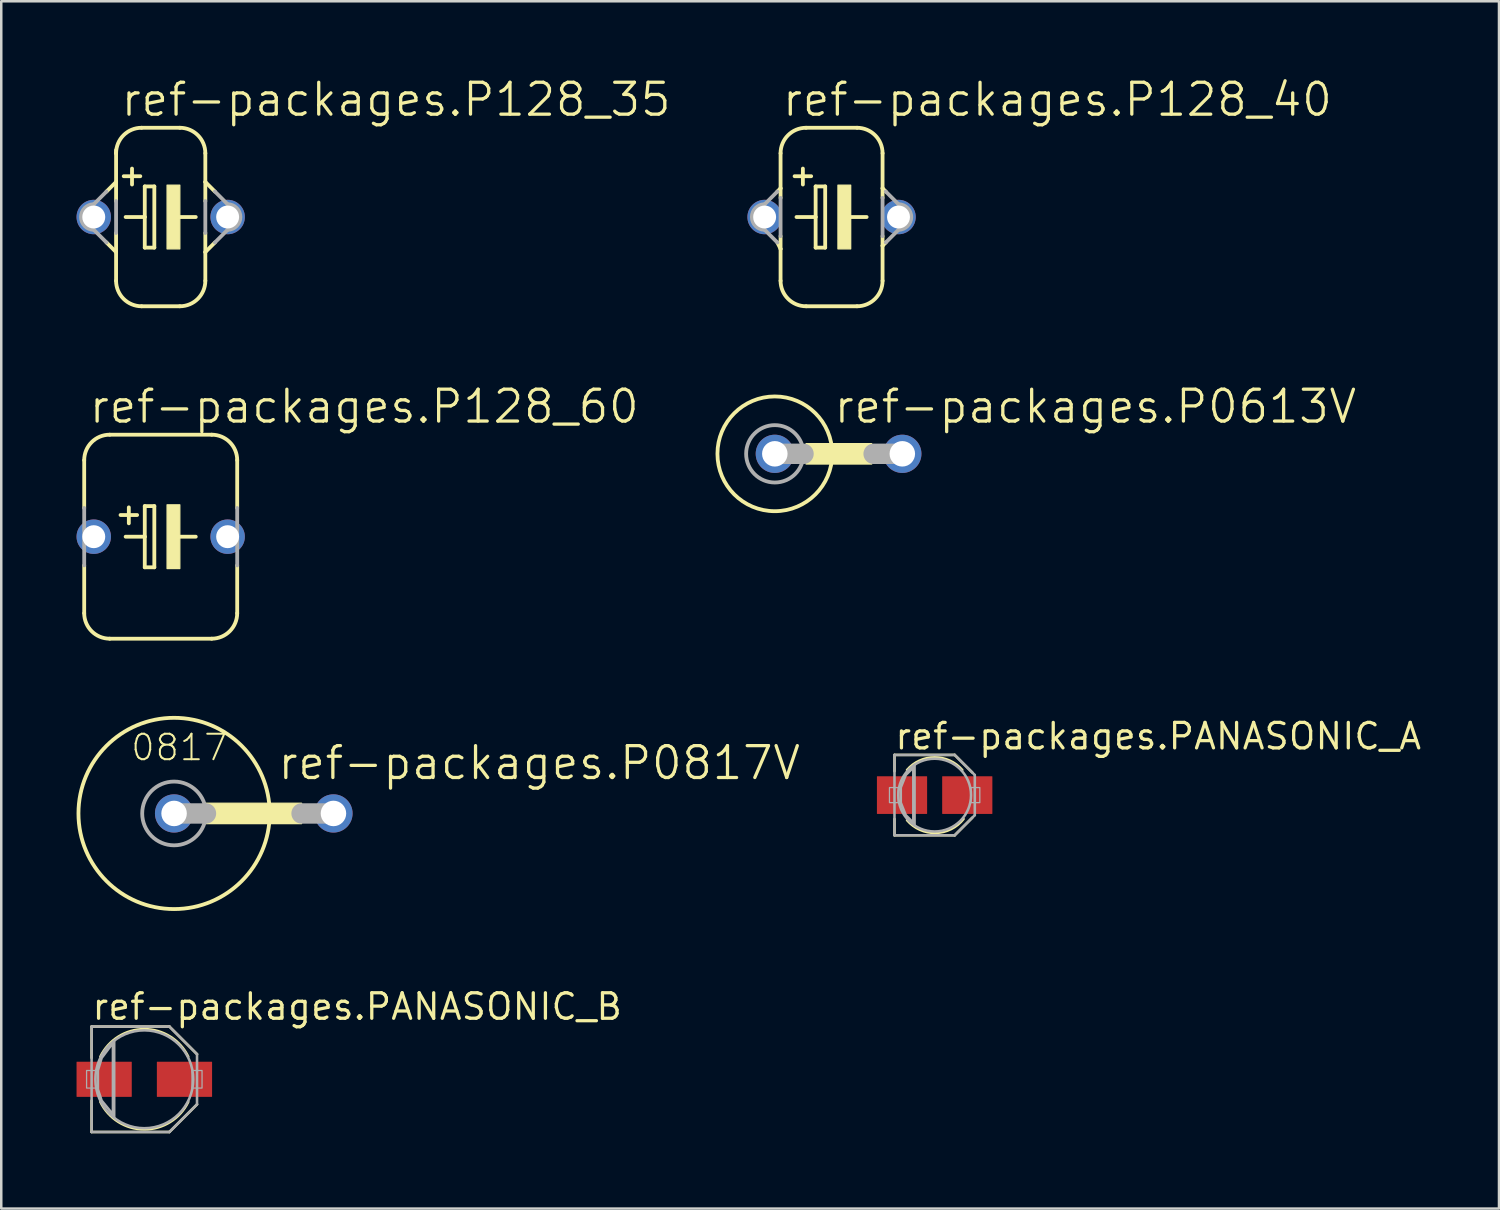
<source format=kicad_pcb>
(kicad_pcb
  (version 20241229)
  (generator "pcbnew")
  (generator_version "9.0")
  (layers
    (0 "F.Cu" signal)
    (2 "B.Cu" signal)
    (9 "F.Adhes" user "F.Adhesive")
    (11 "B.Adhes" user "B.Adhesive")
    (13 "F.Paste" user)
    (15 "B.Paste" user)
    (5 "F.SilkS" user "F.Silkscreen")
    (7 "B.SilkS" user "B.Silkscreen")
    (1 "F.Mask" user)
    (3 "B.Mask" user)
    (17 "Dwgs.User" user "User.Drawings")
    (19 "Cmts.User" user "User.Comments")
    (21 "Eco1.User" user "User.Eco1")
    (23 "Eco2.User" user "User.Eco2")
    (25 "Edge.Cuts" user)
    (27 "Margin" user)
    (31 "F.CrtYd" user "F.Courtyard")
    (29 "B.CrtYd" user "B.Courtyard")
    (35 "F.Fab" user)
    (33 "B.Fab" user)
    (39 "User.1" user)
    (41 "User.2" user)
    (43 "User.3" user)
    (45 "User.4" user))
  (footprint "ref-packages.PANASONIC_B"
    (layer "F.Cu")
    (at 2.7 39.953)
    (property "Reference" "ref-packages.PANASONIC_B" (at -2.15 -2.3 0) (layer "F.SilkS") (effects (font (size 1.016 1.016) (thickness 0.13)) (justify left bottom)))
    (attr smd)
    (fp_line (start -2.1 -2.1) (end 1 -2.1) (stroke (width 0.102) (type default)) (layer "F.SilkS"))
    (fp_line (start -2.1 -0.85) (end -2.1 -2.1) (stroke (width 0.102) (type default)) (layer "F.SilkS"))
    (fp_line (start -2.1 2.1) (end -2.1 0.85) (stroke (width 0.102) (type default)) (layer "F.SilkS"))
    (fp_line (start 1 -2.1) (end 2.1 -1) (stroke (width 0.102) (type default)) (layer "F.SilkS"))
    (fp_line (start 1 2.1) (end -2.1 2.1) (stroke (width 0.102) (type default)) (layer "F.SilkS"))
    (fp_line (start 2.1 1) (end 1 2.1) (stroke (width 0.102) (type default)) (layer "F.SilkS"))
    (fp_arc (start -1.75 -0.9008) (mid 0 -1.997773) (end 1.75 -0.9008) (stroke (width 0.1016) (type default)) (layer "F.SilkS"))
    (fp_arc (start 1.75 0.9008) (mid 0 1.997773) (end -1.75 0.9008) (stroke (width 0.1016) (type default)) (layer "F.SilkS"))
    (fp_line (start -2.1 -2.1) (end 1 -2.1) (stroke (width 0.102) (type default)) (layer "F.Fab"))
    (fp_line (start -2.1 2.1) (end -2.1 -2.1) (stroke (width 0.102) (type default)) (layer "F.Fab"))
    (fp_line (start -1.2 -1.5) (end -1.2 1.5) (stroke (width 0.102) (type default)) (layer "F.Fab"))
    (fp_line (start 1 -2.1) (end 2.1 -1) (stroke (width 0.102) (type default)) (layer "F.Fab"))
    (fp_line (start 1 2.1) (end -2.1 2.1) (stroke (width 0.102) (type default)) (layer "F.Fab"))
    (fp_line (start 2.1 -1) (end 2.1 1) (stroke (width 0.102) (type default)) (layer "F.Fab"))
    (fp_line (start 2.1 1) (end 1 2.1) (stroke (width 0.102) (type default)) (layer "F.Fab"))
    (fp_rect (start -2.3 0.35) (end -1.85 -0.35) (stroke (width 0.05) (type default)) (fill no) (layer "F.Fab"))
    (fp_rect (start 1.9 0.35) (end 2.3 -0.35) (stroke (width 0.05) (type default)) (fill no) (layer "F.Fab"))
    (fp_circle (center 0 0) (end 1.95 0) (stroke (width 0.102) (type default)) (fill no) (layer "F.Fab"))
    (fp_poly (pts (xy -1.25 -1.45) (xy -1.7 -0.85) (xy -1.85 -0.35) (xy -1.85 0.4) (xy -1.7 0.85) (xy -1.25 1.4) (xy -1.25 -1.4)) (stroke (width 0.102) (type default)) (fill no) (layer "F.Fab"))
    (pad "+" smd roundrect (at 1.6 0) (size 2.2 1.4) (layers "F.Cu" "F.Mask" "F.Paste") (roundrect_rratio 0.01))
    (pad "-" smd roundrect (at -1.6 0) (size 2.2 1.4) (layers "F.Cu" "F.Mask" "F.Paste") (roundrect_rratio 0.01)))
  (footprint "ref-packages.P128_40"
    (layer "F.Cu")
    (at 30.083 5.597)
    (property "Reference" "ref-packages.P128_40" (at -2.032 -3.937 0) (layer "F.SilkS") (effects (font (size 1.27 1.27) (thickness 0.13)) (justify left bottom)))
    (attr through_hole)
    (fp_line (start -2.159 -1.016) (end -2.032 -1.143) (stroke (width 0.152) (type default)) (layer "F.SilkS"))
    (fp_line (start -2.032 -2.54) (end -2.032 -1.143) (stroke (width 0.152) (type default)) (layer "F.SilkS"))
    (fp_line (start -2.032 -1.143) (end -2.032 -0.762) (stroke (width 0.152) (type default)) (layer "F.SilkS"))
    (fp_line (start -2.032 0.762) (end -2.032 1.27) (stroke (width 0.152) (type default)) (layer "F.SilkS"))
    (fp_line (start -2.032 1.27) (end -2.159 1.016) (stroke (width 0.152) (type default)) (layer "F.SilkS"))
    (fp_line (start -2.032 1.27) (end -2.032 2.54) (stroke (width 0.152) (type default)) (layer "F.SilkS"))
    (fp_line (start -1.397 0) (end -0.635 0) (stroke (width 0.152) (type default)) (layer "F.SilkS"))
    (fp_line (start -1.143 -1.93) (end -1.143 -1.295) (stroke (width 0.152) (type default)) (layer "F.SilkS"))
    (fp_line (start -1.016 3.556) (end 1.016 3.556) (stroke (width 0.152) (type default)) (layer "F.SilkS"))
    (fp_line (start -0.813 -1.626) (end -1.473 -1.626) (stroke (width 0.152) (type default)) (layer "F.SilkS"))
    (fp_line (start -0.635 -1.219) (end -0.635 0) (stroke (width 0.152) (type default)) (layer "F.SilkS"))
    (fp_line (start -0.635 0) (end -0.635 1.219) (stroke (width 0.152) (type default)) (layer "F.SilkS"))
    (fp_line (start -0.635 1.219) (end -0.254 1.219) (stroke (width 0.152) (type default)) (layer "F.SilkS"))
    (fp_line (start -0.254 -1.219) (end -0.635 -1.219) (stroke (width 0.152) (type default)) (layer "F.SilkS"))
    (fp_line (start -0.254 1.219) (end -0.254 -1.219) (stroke (width 0.152) (type default)) (layer "F.SilkS"))
    (fp_line (start 0.635 0) (end 1.397 0) (stroke (width 0.152) (type default)) (layer "F.SilkS"))
    (fp_line (start 1.016 -3.556) (end -1.016 -3.556) (stroke (width 0.152) (type default)) (layer "F.SilkS"))
    (fp_line (start 2.032 -2.54) (end 2.032 -1.143) (stroke (width 0.152) (type default)) (layer "F.SilkS"))
    (fp_line (start 2.032 -1.143) (end 2.032 -0.762) (stroke (width 0.152) (type default)) (layer "F.SilkS"))
    (fp_line (start 2.032 0.762) (end 2.032 1.143) (stroke (width 0.152) (type default)) (layer "F.SilkS"))
    (fp_line (start 2.032 1.143) (end 2.032 2.54) (stroke (width 0.152) (type default)) (layer "F.SilkS"))
    (fp_line (start 2.032 1.143) (end 2.159 1.016) (stroke (width 0.152) (type default)) (layer "F.SilkS"))
    (fp_line (start 2.159 -1.016) (end 2.032 -1.143) (stroke (width 0.152) (type default)) (layer "F.SilkS"))
    (fp_rect (start 0.254 1.27) (end 0.762 -1.27) (stroke (width 0.05) (type default)) (fill yes) (layer "F.SilkS"))
    (fp_arc (start -2.032 -2.54) (mid -1.73442 -3.25842) (end -1.016 -3.556) (stroke (width 0.1524) (type default)) (layer "F.SilkS"))
    (fp_arc (start -1.016 3.556) (mid -1.73442 3.25842) (end -2.032 2.54) (stroke (width 0.1524) (type default)) (layer "F.SilkS"))
    (fp_arc (start 1.016 -3.556) (mid 1.73442 -3.25842) (end 2.032 -2.54) (stroke (width 0.1524) (type default)) (layer "F.SilkS"))
    (fp_arc (start 2.032 2.54) (mid 1.73442 3.25842) (end 1.016 3.556) (stroke (width 0.1524) (type default)) (layer "F.SilkS"))
    (fp_line (start -2.667 -0.508) (end -2.159 -1.016) (stroke (width 0.152) (type default)) (layer "F.Fab"))
    (fp_line (start -2.159 1.016) (end -2.667 0.508) (stroke (width 0.152) (type default)) (layer "F.Fab"))
    (fp_line (start -2.032 -0.762) (end -2.032 0.762) (stroke (width 0.152) (type default)) (layer "F.Fab"))
    (fp_line (start 2.032 -0.762) (end 2.032 0.762) (stroke (width 0.152) (type default)) (layer "F.Fab"))
    (fp_line (start 2.159 1.016) (end 2.667 0.508) (stroke (width 0.152) (type default)) (layer "F.Fab"))
    (fp_line (start 2.667 -0.508) (end 2.159 -1.016) (stroke (width 0.152) (type default)) (layer "F.Fab"))
    (fp_arc (start -2.667 0.508) (mid -3.175 0) (end -2.667 -0.508) (stroke (width 0.1524) (type default)) (layer "F.Fab"))
    (fp_arc (start 2.667 -0.508) (mid 3.175 0) (end 2.667 0.508) (stroke (width 0.1524) (type default)) (layer "F.Fab"))
    (pad "+" thru_hole circle (at -2.667 0) (size 1.372 1.372) (drill 0.914) (layers "*.Cu" "*.Mask"))
    (pad "-" thru_hole circle (at 2.667 0) (size 1.372 1.372) (drill 0.914) (layers "*.Cu" "*.Mask")))
  (footprint "ref-packages.P128_60"
    (layer "F.Cu")
    (at 3.353 18.334)
    (property "Reference" "ref-packages.P128_60" (at -2.921 -4.445 0) (layer "F.SilkS") (effects (font (size 1.27 1.27) (thickness 0.13)) (justify left bottom)))
    (attr through_hole)
    (fp_line (start -3.048 -3.048) (end -3.048 -1.143) (stroke (width 0.152) (type default)) (layer "F.SilkS"))
    (fp_line (start -3.048 1.143) (end -3.048 3.048) (stroke (width 0.152) (type default)) (layer "F.SilkS"))
    (fp_line (start -2.032 4.064) (end 2.032 4.064) (stroke (width 0.152) (type default)) (layer "F.SilkS"))
    (fp_line (start -1.397 0) (end -0.635 0) (stroke (width 0.152) (type default)) (layer "F.SilkS"))
    (fp_line (start -1.27 -1.168) (end -1.27 -0.533) (stroke (width 0.152) (type default)) (layer "F.SilkS"))
    (fp_line (start -0.94 -0.864) (end -1.6 -0.864) (stroke (width 0.152) (type default)) (layer "F.SilkS"))
    (fp_line (start -0.635 -1.219) (end -0.635 0) (stroke (width 0.152) (type default)) (layer "F.SilkS"))
    (fp_line (start -0.635 0) (end -0.635 1.219) (stroke (width 0.152) (type default)) (layer "F.SilkS"))
    (fp_line (start -0.635 1.219) (end -0.254 1.219) (stroke (width 0.152) (type default)) (layer "F.SilkS"))
    (fp_line (start -0.254 -1.219) (end -0.635 -1.219) (stroke (width 0.152) (type default)) (layer "F.SilkS"))
    (fp_line (start -0.254 1.219) (end -0.254 -1.219) (stroke (width 0.152) (type default)) (layer "F.SilkS"))
    (fp_line (start 0.635 0) (end 1.397 0) (stroke (width 0.152) (type default)) (layer "F.SilkS"))
    (fp_line (start 2.032 -4.064) (end -2.032 -4.064) (stroke (width 0.152) (type default)) (layer "F.SilkS"))
    (fp_line (start 3.048 -3.048) (end 3.048 -1.143) (stroke (width 0.152) (type default)) (layer "F.SilkS"))
    (fp_line (start 3.048 1.143) (end 3.048 3.048) (stroke (width 0.152) (type default)) (layer "F.SilkS"))
    (fp_rect (start 0.254 1.27) (end 0.762 -1.27) (stroke (width 0.05) (type default)) (fill yes) (layer "F.SilkS"))
    (fp_arc (start -3.048 -3.048) (mid -2.75042 -3.76642) (end -2.032 -4.064) (stroke (width 0.1524) (type default)) (layer "F.SilkS"))
    (fp_arc (start -2.032 4.064) (mid -2.75042 3.76642) (end -3.048 3.048) (stroke (width 0.1524) (type default)) (layer "F.SilkS"))
    (fp_arc (start 2.032 -4.064) (mid 2.75042 -3.76642) (end 3.048 -3.048) (stroke (width 0.1524) (type default)) (layer "F.SilkS"))
    (fp_arc (start 3.048 3.048) (mid 2.75042 3.76642) (end 2.032 4.064) (stroke (width 0.1524) (type default)) (layer "F.SilkS"))
    (fp_line (start -3.048 1.143) (end -3.048 -1.143) (stroke (width 0.152) (type default)) (layer "F.Fab"))
    (fp_line (start 3.048 1.143) (end 3.048 -1.143) (stroke (width 0.152) (type default)) (layer "F.Fab"))
    (pad "+" thru_hole circle (at -2.667 0) (size 1.372 1.372) (drill 0.914) (layers "*.Cu" "*.Mask"))
    (pad "-" thru_hole circle (at 2.667 0) (size 1.372 1.372) (drill 0.914) (layers "*.Cu" "*.Mask")))
  (footprint "ref-packages.P128_35"
    (layer "F.Cu")
    (at 3.353 5.597)
    (property "Reference" "ref-packages.P128_35" (at -1.651 -3.937 0) (layer "F.SilkS") (effects (font (size 1.27 1.27) (thickness 0.13)) (justify left bottom)))
    (attr through_hole)
    (fp_line (start -2.159 -1.016) (end -1.778 -1.397) (stroke (width 0.152) (type default)) (layer "F.SilkS"))
    (fp_line (start -1.778 -2.667) (end -1.778 -2.54) (stroke (width 0.152) (type default)) (layer "F.SilkS"))
    (fp_line (start -1.778 -2.54) (end -1.778 -1.397) (stroke (width 0.152) (type default)) (layer "F.SilkS"))
    (fp_line (start -1.778 -1.397) (end -1.778 -0.635) (stroke (width 0.152) (type default)) (layer "F.SilkS"))
    (fp_line (start -1.778 0.635) (end -1.778 1.397) (stroke (width 0.152) (type default)) (layer "F.SilkS"))
    (fp_line (start -1.778 1.397) (end -2.159 1.016) (stroke (width 0.152) (type default)) (layer "F.SilkS"))
    (fp_line (start -1.778 1.397) (end -1.778 2.54) (stroke (width 0.152) (type default)) (layer "F.SilkS"))
    (fp_line (start -1.397 0) (end -0.635 0) (stroke (width 0.152) (type default)) (layer "F.SilkS"))
    (fp_line (start -1.143 -1.93) (end -1.143 -1.295) (stroke (width 0.152) (type default)) (layer "F.SilkS"))
    (fp_line (start -0.813 -1.626) (end -1.473 -1.626) (stroke (width 0.152) (type default)) (layer "F.SilkS"))
    (fp_line (start -0.762 3.556) (end 0.762 3.556) (stroke (width 0.152) (type default)) (layer "F.SilkS"))
    (fp_line (start -0.635 -1.219) (end -0.635 0) (stroke (width 0.152) (type default)) (layer "F.SilkS"))
    (fp_line (start -0.635 0) (end -0.635 1.219) (stroke (width 0.152) (type default)) (layer "F.SilkS"))
    (fp_line (start -0.635 1.219) (end -0.254 1.219) (stroke (width 0.152) (type default)) (layer "F.SilkS"))
    (fp_line (start -0.254 -1.219) (end -0.635 -1.219) (stroke (width 0.152) (type default)) (layer "F.SilkS"))
    (fp_line (start -0.254 1.219) (end -0.254 -1.219) (stroke (width 0.152) (type default)) (layer "F.SilkS"))
    (fp_line (start 0.635 0) (end 1.397 0) (stroke (width 0.152) (type default)) (layer "F.SilkS"))
    (fp_line (start 0.762 -3.556) (end -0.762 -3.556) (stroke (width 0.152) (type default)) (layer "F.SilkS"))
    (fp_line (start 1.778 -2.54) (end 1.778 -1.397) (stroke (width 0.152) (type default)) (layer "F.SilkS"))
    (fp_line (start 1.778 -1.397) (end 1.778 -0.635) (stroke (width 0.152) (type default)) (layer "F.SilkS"))
    (fp_line (start 1.778 0.635) (end 1.778 1.397) (stroke (width 0.152) (type default)) (layer "F.SilkS"))
    (fp_line (start 1.778 1.397) (end 1.778 2.54) (stroke (width 0.152) (type default)) (layer "F.SilkS"))
    (fp_line (start 1.778 1.397) (end 2.159 1.016) (stroke (width 0.152) (type default)) (layer "F.SilkS"))
    (fp_line (start 2.159 -1.016) (end 1.778 -1.397) (stroke (width 0.152) (type default)) (layer "F.SilkS"))
    (fp_rect (start 0.254 1.27) (end 0.762 -1.27) (stroke (width 0.05) (type default)) (fill yes) (layer "F.SilkS"))
    (fp_arc (start -1.778 -2.54) (mid -1.48042 -3.25842) (end -0.762 -3.556) (stroke (width 0.1524) (type default)) (layer "F.SilkS"))
    (fp_arc (start -0.762 3.556) (mid -1.48042 3.25842) (end -1.778 2.54) (stroke (width 0.1524) (type default)) (layer "F.SilkS"))
    (fp_arc (start 0.762 -3.556) (mid 1.48042 -3.25842) (end 1.778 -2.54) (stroke (width 0.1524) (type default)) (layer "F.SilkS"))
    (fp_arc (start 1.778 2.54) (mid 1.48042 3.25842) (end 0.762 3.556) (stroke (width 0.1524) (type default)) (layer "F.SilkS"))
    (fp_line (start -2.667 -0.508) (end -2.159 -1.016) (stroke (width 0.152) (type default)) (layer "F.Fab"))
    (fp_line (start -2.159 1.016) (end -2.667 0.508) (stroke (width 0.152) (type default)) (layer "F.Fab"))
    (fp_line (start -1.778 -0.635) (end -1.778 0.635) (stroke (width 0.152) (type default)) (layer "F.Fab"))
    (fp_line (start 1.778 -0.635) (end 1.778 0.635) (stroke (width 0.152) (type default)) (layer "F.Fab"))
    (fp_line (start 2.159 1.016) (end 2.667 0.508) (stroke (width 0.152) (type default)) (layer "F.Fab"))
    (fp_line (start 2.667 -0.508) (end 2.159 -1.016) (stroke (width 0.152) (type default)) (layer "F.Fab"))
    (fp_arc (start -2.667 0.508) (mid -3.175 0) (end -2.667 -0.508) (stroke (width 0.1524) (type default)) (layer "F.Fab"))
    (fp_arc (start 2.667 -0.508) (mid 3.175 0) (end 2.667 0.508) (stroke (width 0.1524) (type default)) (layer "F.Fab"))
    (pad "+" thru_hole circle (at -2.667 0) (size 1.372 1.372) (drill 0.914) (layers "*.Cu" "*.Mask"))
    (pad "-" thru_hole circle (at 2.667 0) (size 1.372 1.372) (drill 0.914) (layers "*.Cu" "*.Mask")))
  (footprint "ref-packages.PANASONIC_A"
    (layer "F.Cu")
    (at 34.19 28.63)
    (property "Reference" "ref-packages.PANASONIC_A" (at -1.65 -1.75 0) (layer "F.SilkS") (effects (font (size 1.016 1.016) (thickness 0.13)) (justify left bottom)))
    (attr smd)
    (fp_line (start -1.6 -1.6) (end 0.8 -1.6) (stroke (width 0.102) (type default)) (layer "F.SilkS"))
    (fp_line (start -1.6 -0.95) (end -1.6 -1.6) (stroke (width 0.102) (type default)) (layer "F.SilkS"))
    (fp_line (start -1.6 1.6) (end -1.6 0.95) (stroke (width 0.102) (type default)) (layer "F.SilkS"))
    (fp_line (start 0.8 -1.6) (end 1.5 -0.9) (stroke (width 0.102) (type default)) (layer "F.SilkS"))
    (fp_line (start 0.8 1.6) (end -1.6 1.6) (stroke (width 0.102) (type default)) (layer "F.SilkS"))
    (fp_line (start 1.5 0.9) (end 0.8 1.6) (stroke (width 0.102) (type default)) (layer "F.SilkS"))
    (fp_arc (start -1.1 -1.0008) (mid 0 -1.504799) (end 1.1 -1.0008) (stroke (width 0.1016) (type default)) (layer "F.SilkS"))
    (fp_arc (start 1.1511 0.9508) (mid 0.03793 1.508165) (end -1.0989 1.0008) (stroke (width 0.1016) (type default)) (layer "F.SilkS"))
    (fp_line (start -1.6 -1.6) (end 0.8 -1.6) (stroke (width 0.102) (type default)) (layer "F.Fab"))
    (fp_line (start -1.6 1.6) (end -1.6 -1.6) (stroke (width 0.102) (type default)) (layer "F.Fab"))
    (fp_line (start -0.8 -1.2) (end -0.8 1.2) (stroke (width 0.102) (type default)) (layer "F.Fab"))
    (fp_line (start 0.8 -1.6) (end 1.6 -0.8) (stroke (width 0.102) (type default)) (layer "F.Fab"))
    (fp_line (start 0.8 1.6) (end -1.6 1.6) (stroke (width 0.102) (type default)) (layer "F.Fab"))
    (fp_line (start 1.6 -0.8) (end 1.6 0.8) (stroke (width 0.102) (type default)) (layer "F.Fab"))
    (fp_line (start 1.6 0.8) (end 0.8 1.6) (stroke (width 0.102) (type default)) (layer "F.Fab"))
    (fp_rect (start -1.8 0.3) (end -1.45 -0.3) (stroke (width 0.05) (type default)) (fill no) (layer "F.Fab"))
    (fp_rect (start 1.45 0.3) (end 1.8 -0.3) (stroke (width 0.05) (type default)) (fill no) (layer "F.Fab"))
    (fp_circle (center 0 0) (end 1.45 0) (stroke (width 0.102) (type default)) (fill no) (layer "F.Fab"))
    (fp_poly (pts (xy -0.85 -1.1) (xy -1.15 -0.8) (xy -1.35 -0.3) (xy -1.35 0.3) (xy -1.15 0.8) (xy -0.85 1.1) (xy -0.85 -1.05)) (stroke (width 0.102) (type default)) (fill no) (layer "F.Fab"))
    (pad "+" smd roundrect (at 1.3 0) (size 2 1.5) (layers "F.Cu" "F.Mask" "F.Paste") (roundrect_rratio 0.01))
    (pad "-" smd roundrect (at -1.3 0) (size 2 1.5) (layers "F.Cu" "F.Mask" "F.Paste") (roundrect_rratio 0.01)))
  (footprint "ref-packages.P0613V"
    (layer "F.Cu")
    (at 30.362 15.032)
    (property "Reference" "ref-packages.P0613V" (at -0.254 -1.143 0) (layer "F.SilkS") (effects (font (size 1.27 1.27) (thickness 0.13)) (justify left bottom)))
    (attr through_hole)
    (fp_rect (start -1.295 0.406) (end 1.321 -0.406) (stroke (width 0.05) (type default)) (fill yes) (layer "F.SilkS"))
    (fp_circle (center -2.54 0) (end -0.254 0) (stroke (width 0.152) (type default)) (fill no) (layer "F.SilkS"))
    (fp_line (start -2.54 0) (end -1.397 0) (stroke (width 0.813) (type default)) (layer "F.Fab"))
    (fp_line (start 2.54 0) (end 1.397 0) (stroke (width 0.813) (type default)) (layer "F.Fab"))
    (fp_circle (center -2.54 0) (end -1.397 0) (stroke (width 0.152) (type default)) (fill no) (layer "F.Fab"))
    (pad "1" thru_hole circle (at -2.54 0) (size 1.524 1.524) (drill 1.016) (layers "*.Cu" "*.Mask"))
    (pad "2" thru_hole circle (at 2.54 0) (size 1.524 1.524) (drill 1.016) (layers "*.Cu" "*.Mask")))
  (footprint "ref-packages.P0817V"
    (layer "F.Cu")
    (at 8.966 29.361)
    (property "Reference" "ref-packages.P0817V" (at -1.016 -1.27 0) (layer "F.SilkS") (effects (font (size 1.27 1.27) (thickness 0.13)) (justify left bottom)))
    (attr through_hole)
    (fp_rect (start -3.81 0.406) (end 0 -0.406) (stroke (width 0.05) (type default)) (fill yes) (layer "F.SilkS"))
    (fp_circle (center -5.08 0) (end -1.27 0) (stroke (width 0.152) (type default)) (fill no) (layer "F.SilkS"))
    (fp_line (start -3.81 0) (end -5.08 0) (stroke (width 0.813) (type default)) (layer "F.Fab"))
    (fp_line (start 1.27 0) (end 0 0) (stroke (width 0.813) (type default)) (layer "F.Fab"))
    (fp_circle (center -5.08 0) (end -3.81 0) (stroke (width 0.152) (type default)) (fill no) (layer "F.Fab"))
    (fp_text user "0817" (at -6.858 -2.032 0) (layer "F.SilkS") (effects (font (size 1.016 1.016) (thickness 0.08)) (justify left bottom)))
    (pad "1" thru_hole circle (at -5.08 0) (size 1.524 1.524) (drill 1.016) (layers "*.Cu" "*.Mask"))
    (pad "2" thru_hole circle (at 1.27 0) (size 1.524 1.524) (drill 1.016) (layers "*.Cu" "*.Mask")))
  (gr_rect
    (start -3 -3)
    (end 56.676 45.104)
    (stroke (width 0.1) (type default))
    (fill no)
    (layer "Edge.Cuts")))
</source>
